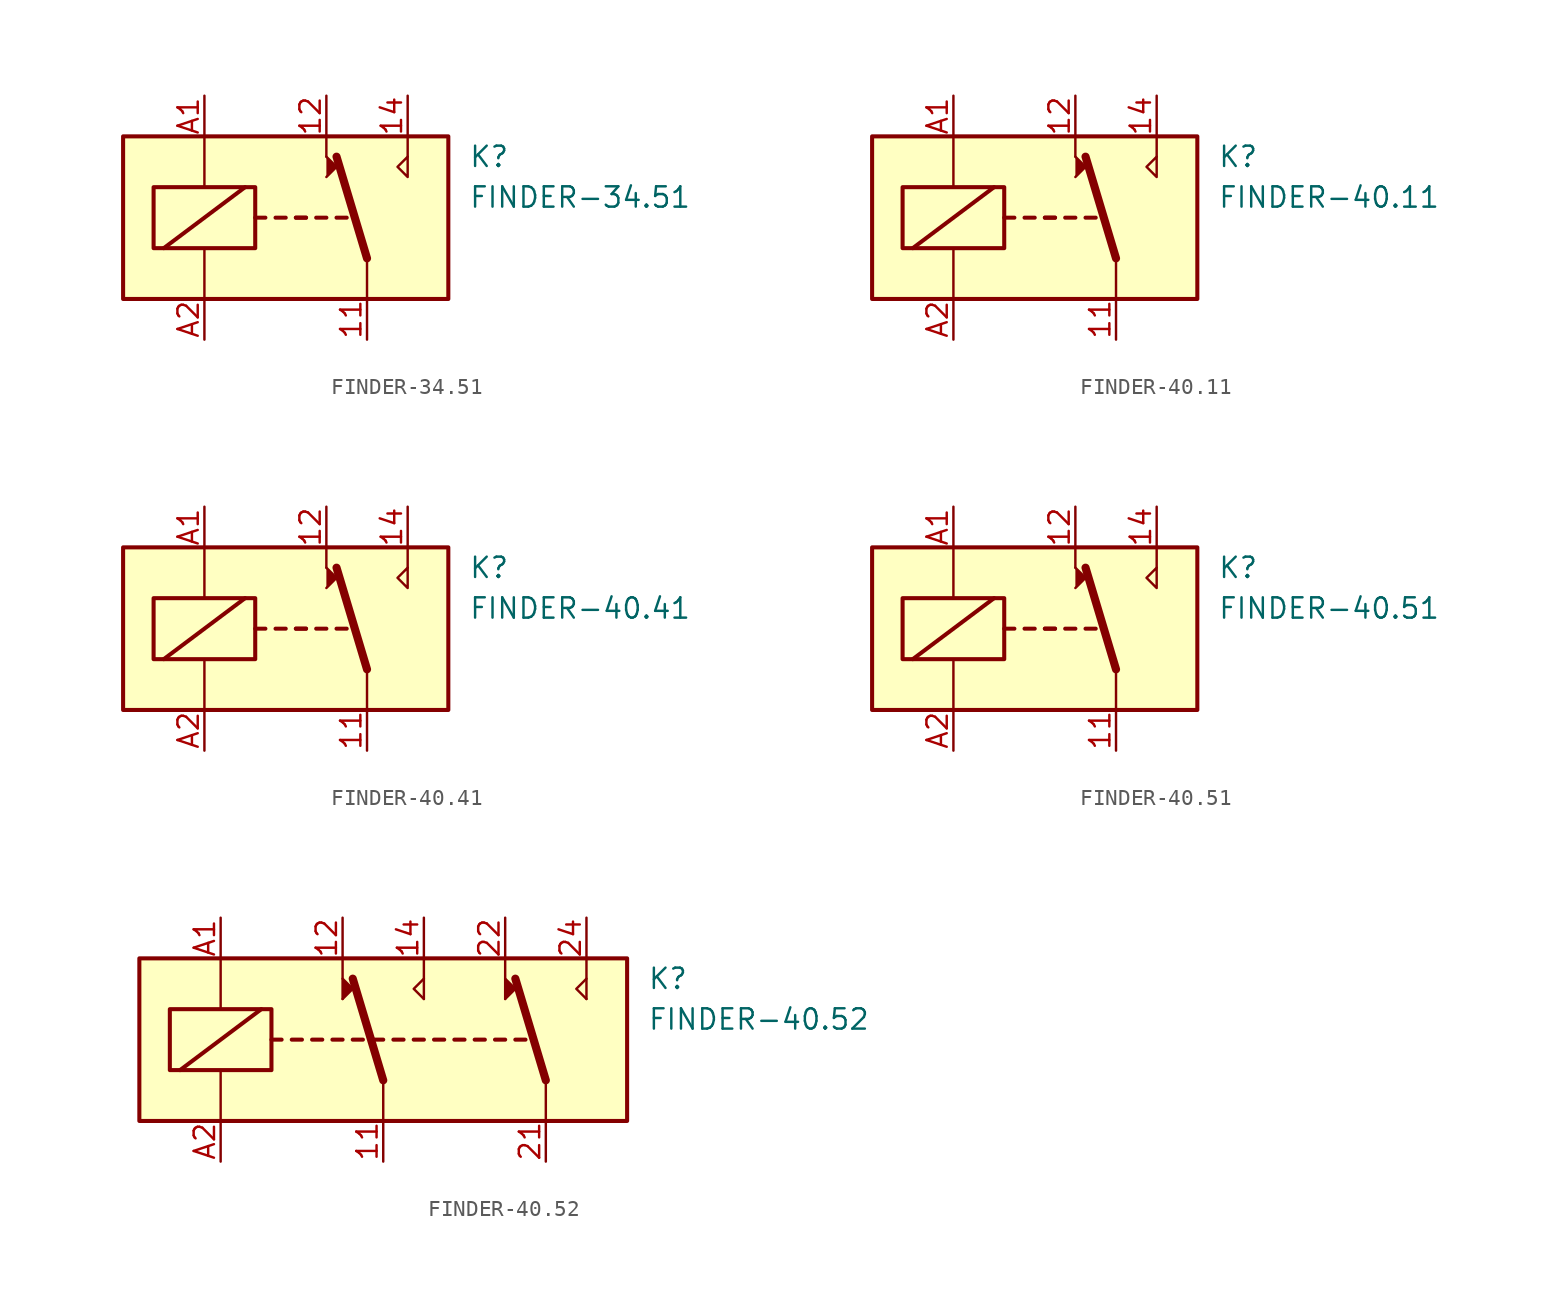
<source format=kicad_sym>
(kicad_symbol_lib
  (version 20201005)
  (generator kicad_symbol_editor)
  (symbol "FINDER-34.51"
    (pin_names
      (offset 1.016))
    (property "Reference" "K"
      (at 11.43 3.81 0)
      (effects (font (size 1.27 1.27)) (justify left)))
    (property "Value" "FINDER-34.51"
      (at 11.43 1.27 0)
      (effects (font (size 1.27 1.27)) (justify left)))
    (symbol "FINDER-34.51_0_0"
      (polyline (pts (xy 2.54 3.81) (xy 2.54 5.08)) (stroke (width 0)) (fill (type none)))
      (polyline (pts (xy 7.62 3.81) (xy 7.62 5.08)) (stroke (width 0)) (fill (type none)))
      (polyline (pts (xy 7.62 3.81) (xy 7.62 2.54) (xy 6.985 3.175) (xy 7.62 3.81)) (stroke (width 0)) (fill (type none))))
    (symbol "FINDER-34.51_0_1"
      (rectangle (start -10.16 5.08) (end 10.16 -5.08) (stroke (width 0.254)) (fill (type background)))
      (rectangle (start -8.255 1.905) (end -1.905 -1.905) (stroke (width 0.254)) (fill (type none)))
      (polyline (pts (xy -7.62 -1.905) (xy -2.54 1.905)) (stroke (width 0.254)) (fill (type none)))
      (polyline (pts (xy -5.08 -5.08) (xy -5.08 -1.905)) (stroke (width 0)) (fill (type none)))
      (polyline (pts (xy -5.08 5.08) (xy -5.08 1.905)) (stroke (width 0)) (fill (type none)))
      (polyline (pts (xy -1.905 0) (xy -1.27 0)) (stroke (width 0.254)) (fill (type none)))
      (polyline (pts (xy -0.635 0) (xy 0 0)) (stroke (width 0.254)) (fill (type none)))
      (polyline (pts (xy 0.635 0) (xy 1.27 0)) (stroke (width 0.254)) (fill (type none)))
      (polyline (pts (xy 0.635 0) (xy 1.27 0)) (stroke (width 0.254)) (fill (type none)))
      (polyline (pts (xy 1.905 0) (xy 2.54 0)) (stroke (width 0.254)) (fill (type none)))
      (polyline (pts (xy 3.175 0) (xy 3.81 0)) (stroke (width 0.254)) (fill (type none)))
      (polyline (pts (xy 5.08 -2.54) (xy 3.175 3.81)) (stroke (width 0.508)) (fill (type none)))
      (polyline (pts (xy 5.08 -2.54) (xy 5.08 -5.08)) (stroke (width 0)) (fill (type none)))
      (polyline (pts (xy 2.54 2.54) (xy 3.175 3.175) (xy 2.54 3.81)) (stroke (width 0)) (fill (type outline))))
    (symbol "FINDER-34.51_1_1"
      (pin passive line (at 5.08 -7.62 90) (length 2.54) (name "~" (effects (font (size 1.27 1.27)))) (number "11" (effects (font (size 1.27 1.27)))))
      (pin passive line (at 2.54 7.62 270) (length 2.54) (name "~" (effects (font (size 1.27 1.27)))) (number "12" (effects (font (size 1.27 1.27)))))
      (pin passive line (at 7.62 7.62 270) (length 2.54) (name "~" (effects (font (size 1.27 1.27)))) (number "14" (effects (font (size 1.27 1.27)))))
      (pin passive line (at -5.08 7.62 270) (length 2.54) (name "~" (effects (font (size 1.27 1.27)))) (number "A1" (effects (font (size 1.27 1.27)))))
      (pin passive line (at -5.08 -7.62 90) (length 2.54) (name "~" (effects (font (size 1.27 1.27)))) (number "A2" (effects (font (size 1.27 1.27)))))))
  (symbol "FINDER-40.11"
    (pin_names
      (offset 1.016))
    (property "Reference" "K"
      (at 11.43 3.81 0)
      (effects (font (size 1.27 1.27)) (justify left)))
    (property "Value" "FINDER-40.11"
      (at 11.43 1.27 0)
      (effects (font (size 1.27 1.27)) (justify left)))
    (symbol "FINDER-40.11_0_0"
      (polyline (pts (xy 2.54 3.81) (xy 2.54 5.08)) (stroke (width 0)) (fill (type none)))
      (polyline (pts (xy 7.62 3.81) (xy 7.62 5.08)) (stroke (width 0)) (fill (type none)))
      (polyline (pts (xy 7.62 3.81) (xy 7.62 2.54) (xy 6.985 3.175) (xy 7.62 3.81)) (stroke (width 0)) (fill (type none))))
    (symbol "FINDER-40.11_0_1"
      (rectangle (start -10.16 5.08) (end 10.16 -5.08) (stroke (width 0.254)) (fill (type background)))
      (rectangle (start -8.255 1.905) (end -1.905 -1.905) (stroke (width 0.254)) (fill (type none)))
      (polyline (pts (xy -7.62 -1.905) (xy -2.54 1.905)) (stroke (width 0.254)) (fill (type none)))
      (polyline (pts (xy -5.08 -5.08) (xy -5.08 -1.905)) (stroke (width 0)) (fill (type none)))
      (polyline (pts (xy -5.08 5.08) (xy -5.08 1.905)) (stroke (width 0)) (fill (type none)))
      (polyline (pts (xy -1.905 0) (xy -1.27 0)) (stroke (width 0.254)) (fill (type none)))
      (polyline (pts (xy -0.635 0) (xy 0 0)) (stroke (width 0.254)) (fill (type none)))
      (polyline (pts (xy 0.635 0) (xy 1.27 0)) (stroke (width 0.254)) (fill (type none)))
      (polyline (pts (xy 0.635 0) (xy 1.27 0)) (stroke (width 0.254)) (fill (type none)))
      (polyline (pts (xy 1.905 0) (xy 2.54 0)) (stroke (width 0.254)) (fill (type none)))
      (polyline (pts (xy 3.175 0) (xy 3.81 0)) (stroke (width 0.254)) (fill (type none)))
      (polyline (pts (xy 5.08 -2.54) (xy 3.175 3.81)) (stroke (width 0.508)) (fill (type none)))
      (polyline (pts (xy 5.08 -2.54) (xy 5.08 -5.08)) (stroke (width 0)) (fill (type none)))
      (polyline (pts (xy 2.54 2.54) (xy 3.175 3.175) (xy 2.54 3.81)) (stroke (width 0)) (fill (type outline))))
    (symbol "FINDER-40.11_1_1"
      (pin passive line (at 5.08 -7.62 90) (length 2.54) (name "~" (effects (font (size 1.27 1.27)))) (number "11" (effects (font (size 1.27 1.27)))))
      (pin passive line (at 2.54 7.62 270) (length 2.54) (name "~" (effects (font (size 1.27 1.27)))) (number "12" (effects (font (size 1.27 1.27)))))
      (pin passive line (at 7.62 7.62 270) (length 2.54) (name "~" (effects (font (size 1.27 1.27)))) (number "14" (effects (font (size 1.27 1.27)))))
      (pin passive line (at -5.08 7.62 270) (length 2.54) (name "~" (effects (font (size 1.27 1.27)))) (number "A1" (effects (font (size 1.27 1.27)))))
      (pin passive line (at -5.08 -7.62 90) (length 2.54) (name "~" (effects (font (size 1.27 1.27)))) (number "A2" (effects (font (size 1.27 1.27)))))))
  (symbol "FINDER-40.41"
    (pin_names
      (offset 1.016))
    (property "Reference" "K"
      (at 11.43 3.81 0)
      (effects (font (size 1.27 1.27)) (justify left)))
    (property "Value" "FINDER-40.41"
      (at 11.43 1.27 0)
      (effects (font (size 1.27 1.27)) (justify left)))
    (symbol "FINDER-40.41_0_0"
      (polyline (pts (xy 2.54 3.81) (xy 2.54 5.08)) (stroke (width 0)) (fill (type none)))
      (polyline (pts (xy 7.62 3.81) (xy 7.62 5.08)) (stroke (width 0)) (fill (type none)))
      (polyline (pts (xy 7.62 3.81) (xy 7.62 2.54) (xy 6.985 3.175) (xy 7.62 3.81)) (stroke (width 0)) (fill (type none))))
    (symbol "FINDER-40.41_0_1"
      (rectangle (start -10.16 5.08) (end 10.16 -5.08) (stroke (width 0.254)) (fill (type background)))
      (rectangle (start -8.255 1.905) (end -1.905 -1.905) (stroke (width 0.254)) (fill (type none)))
      (polyline (pts (xy -7.62 -1.905) (xy -2.54 1.905)) (stroke (width 0.254)) (fill (type none)))
      (polyline (pts (xy -5.08 -5.08) (xy -5.08 -1.905)) (stroke (width 0)) (fill (type none)))
      (polyline (pts (xy -5.08 5.08) (xy -5.08 1.905)) (stroke (width 0)) (fill (type none)))
      (polyline (pts (xy -1.905 0) (xy -1.27 0)) (stroke (width 0.254)) (fill (type none)))
      (polyline (pts (xy -0.635 0) (xy 0 0)) (stroke (width 0.254)) (fill (type none)))
      (polyline (pts (xy 0.635 0) (xy 1.27 0)) (stroke (width 0.254)) (fill (type none)))
      (polyline (pts (xy 0.635 0) (xy 1.27 0)) (stroke (width 0.254)) (fill (type none)))
      (polyline (pts (xy 1.905 0) (xy 2.54 0)) (stroke (width 0.254)) (fill (type none)))
      (polyline (pts (xy 3.175 0) (xy 3.81 0)) (stroke (width 0.254)) (fill (type none)))
      (polyline (pts (xy 5.08 -2.54) (xy 3.175 3.81)) (stroke (width 0.508)) (fill (type none)))
      (polyline (pts (xy 5.08 -2.54) (xy 5.08 -5.08)) (stroke (width 0)) (fill (type none)))
      (polyline (pts (xy 2.54 2.54) (xy 3.175 3.175) (xy 2.54 3.81)) (stroke (width 0)) (fill (type outline))))
    (symbol "FINDER-40.41_1_1"
      (pin passive line (at 5.08 -7.62 90) (length 2.54) (name "~" (effects (font (size 1.27 1.27)))) (number "11" (effects (font (size 1.27 1.27)))))
      (pin passive line (at 2.54 7.62 270) (length 2.54) (name "~" (effects (font (size 1.27 1.27)))) (number "12" (effects (font (size 1.27 1.27)))))
      (pin passive line (at 7.62 7.62 270) (length 2.54) (name "~" (effects (font (size 1.27 1.27)))) (number "14" (effects (font (size 1.27 1.27)))))
      (pin passive line (at -5.08 7.62 270) (length 2.54) (name "~" (effects (font (size 1.27 1.27)))) (number "A1" (effects (font (size 1.27 1.27)))))
      (pin passive line (at -5.08 -7.62 90) (length 2.54) (name "~" (effects (font (size 1.27 1.27)))) (number "A2" (effects (font (size 1.27 1.27)))))))
  (symbol "FINDER-40.51"
    (pin_names
      (offset 1.016))
    (property "Reference" "K"
      (at 11.43 3.81 0)
      (effects (font (size 1.27 1.27)) (justify left)))
    (property "Value" "FINDER-40.51"
      (at 11.43 1.27 0)
      (effects (font (size 1.27 1.27)) (justify left)))
    (symbol "FINDER-40.51_0_0"
      (polyline (pts (xy 2.54 3.81) (xy 2.54 5.08)) (stroke (width 0)) (fill (type none)))
      (polyline (pts (xy 7.62 3.81) (xy 7.62 5.08)) (stroke (width 0)) (fill (type none)))
      (polyline (pts (xy 7.62 3.81) (xy 7.62 2.54) (xy 6.985 3.175) (xy 7.62 3.81)) (stroke (width 0)) (fill (type none))))
    (symbol "FINDER-40.51_0_1"
      (rectangle (start -10.16 5.08) (end 10.16 -5.08) (stroke (width 0.254)) (fill (type background)))
      (rectangle (start -8.255 1.905) (end -1.905 -1.905) (stroke (width 0.254)) (fill (type none)))
      (polyline (pts (xy -7.62 -1.905) (xy -2.54 1.905)) (stroke (width 0.254)) (fill (type none)))
      (polyline (pts (xy -5.08 -5.08) (xy -5.08 -1.905)) (stroke (width 0)) (fill (type none)))
      (polyline (pts (xy -5.08 5.08) (xy -5.08 1.905)) (stroke (width 0)) (fill (type none)))
      (polyline (pts (xy -1.905 0) (xy -1.27 0)) (stroke (width 0.254)) (fill (type none)))
      (polyline (pts (xy -0.635 0) (xy 0 0)) (stroke (width 0.254)) (fill (type none)))
      (polyline (pts (xy 0.635 0) (xy 1.27 0)) (stroke (width 0.254)) (fill (type none)))
      (polyline (pts (xy 0.635 0) (xy 1.27 0)) (stroke (width 0.254)) (fill (type none)))
      (polyline (pts (xy 1.905 0) (xy 2.54 0)) (stroke (width 0.254)) (fill (type none)))
      (polyline (pts (xy 3.175 0) (xy 3.81 0)) (stroke (width 0.254)) (fill (type none)))
      (polyline (pts (xy 5.08 -2.54) (xy 3.175 3.81)) (stroke (width 0.508)) (fill (type none)))
      (polyline (pts (xy 5.08 -2.54) (xy 5.08 -5.08)) (stroke (width 0)) (fill (type none)))
      (polyline (pts (xy 2.54 2.54) (xy 3.175 3.175) (xy 2.54 3.81)) (stroke (width 0)) (fill (type outline))))
    (symbol "FINDER-40.51_1_1"
      (pin passive line (at 5.08 -7.62 90) (length 2.54) (name "~" (effects (font (size 1.27 1.27)))) (number "11" (effects (font (size 1.27 1.27)))))
      (pin passive line (at 2.54 7.62 270) (length 2.54) (name "~" (effects (font (size 1.27 1.27)))) (number "12" (effects (font (size 1.27 1.27)))))
      (pin passive line (at 7.62 7.62 270) (length 2.54) (name "~" (effects (font (size 1.27 1.27)))) (number "14" (effects (font (size 1.27 1.27)))))
      (pin passive line (at -5.08 7.62 270) (length 2.54) (name "~" (effects (font (size 1.27 1.27)))) (number "A1" (effects (font (size 1.27 1.27)))))
      (pin passive line (at -5.08 -7.62 90) (length 2.54) (name "~" (effects (font (size 1.27 1.27)))) (number "A2" (effects (font (size 1.27 1.27)))))))
  (symbol "FINDER-40.52"
    (pin_names
      (offset 1.016))
    (property "Reference" "K"
      (at 16.51 3.81 0)
      (effects (font (size 1.27 1.27)) (justify left)))
    (property "Value" "FINDER-40.52"
      (at 16.51 1.27 0)
      (effects (font (size 1.27 1.27)) (justify left)))
    (symbol "FINDER-40.52_0_1"
      (rectangle (start -15.24 5.08) (end 15.24 -5.08) (stroke (width 0.254)) (fill (type background)))
      (rectangle (start -13.335 1.905) (end -6.985 -1.905) (stroke (width 0.254)) (fill (type none)))
      (polyline (pts (xy -12.7 -1.905) (xy -7.62 1.905)) (stroke (width 0.254)) (fill (type none)))
      (polyline (pts (xy -10.16 -5.08) (xy -10.16 -1.905)) (stroke (width 0)) (fill (type none)))
      (polyline (pts (xy -10.16 5.08) (xy -10.16 1.905)) (stroke (width 0)) (fill (type none)))
      (polyline (pts (xy -6.985 0) (xy -6.35 0)) (stroke (width 0.254)) (fill (type none)))
      (polyline (pts (xy -5.715 0) (xy -5.08 0)) (stroke (width 0.254)) (fill (type none)))
      (polyline (pts (xy -4.445 0) (xy -3.81 0)) (stroke (width 0.254)) (fill (type none)))
      (polyline (pts (xy -3.175 0) (xy -2.54 0)) (stroke (width 0.254)) (fill (type none)))
      (polyline (pts (xy -2.54 2.54) (xy -2.54 5.08)) (stroke (width 0)) (fill (type none)))
      (polyline (pts (xy -1.905 0) (xy -1.27 0)) (stroke (width 0.254)) (fill (type none)))
      (polyline (pts (xy -0.635 0) (xy 0 0)) (stroke (width 0.254)) (fill (type none)))
      (polyline (pts (xy 0 -2.54) (xy -1.905 3.81)) (stroke (width 0.508)) (fill (type none)))
      (polyline (pts (xy 0 -2.54) (xy 0 -5.08)) (stroke (width 0)) (fill (type none)))
      (polyline (pts (xy 0.635 0) (xy 1.27 0)) (stroke (width 0.254)) (fill (type none)))
      (polyline (pts (xy 1.905 0) (xy 2.54 0)) (stroke (width 0.254)) (fill (type none)))
      (polyline (pts (xy 2.54 2.54) (xy 2.54 5.08)) (stroke (width 0)) (fill (type none)))
      (polyline (pts (xy 3.175 0) (xy 3.81 0)) (stroke (width 0.254)) (fill (type none)))
      (polyline (pts (xy 4.445 0) (xy 5.08 0)) (stroke (width 0.254)) (fill (type none)))
      (polyline (pts (xy 5.715 0) (xy 6.35 0)) (stroke (width 0.254)) (fill (type none)))
      (polyline (pts (xy 6.985 0) (xy 7.62 0)) (stroke (width 0.254)) (fill (type none)))
      (polyline (pts (xy 7.62 2.54) (xy 7.62 5.08)) (stroke (width 0)) (fill (type none)))
      (polyline (pts (xy 8.255 0) (xy 8.89 0)) (stroke (width 0.254)) (fill (type none)))
      (polyline (pts (xy 10.16 -2.54) (xy 8.255 3.81)) (stroke (width 0.508)) (fill (type none)))
      (polyline (pts (xy 10.16 -2.54) (xy 10.16 -5.08)) (stroke (width 0)) (fill (type none)))
      (polyline (pts (xy 12.7 2.54) (xy 12.7 5.08)) (stroke (width 0)) (fill (type none)))
      (polyline (pts (xy -2.54 2.54) (xy -1.905 3.175) (xy -2.54 3.81)) (stroke (width 0)) (fill (type outline)))
      (polyline (pts (xy 2.54 2.54) (xy 1.905 3.175) (xy 2.54 3.81)) (stroke (width 0)) (fill (type none)))
      (polyline (pts (xy 7.62 2.54) (xy 8.255 3.175) (xy 7.62 3.81)) (stroke (width 0)) (fill (type outline)))
      (polyline (pts (xy 12.7 2.54) (xy 12.065 3.175) (xy 12.7 3.81)) (stroke (width 0)) (fill (type none))))
    (symbol "FINDER-40.52_1_1"
      (pin passive line (at 0 -7.62 90) (length 2.54) (name "~" (effects (font (size 1.27 1.27)))) (number "11" (effects (font (size 1.27 1.27)))))
      (pin passive line (at -2.54 7.62 270) (length 2.54) (name "~" (effects (font (size 1.27 1.27)))) (number "12" (effects (font (size 1.27 1.27)))))
      (pin passive line (at 2.54 7.62 270) (length 2.54) (name "~" (effects (font (size 1.27 1.27)))) (number "14" (effects (font (size 1.27 1.27)))))
      (pin passive line (at 10.16 -7.62 90) (length 2.54) (name "~" (effects (font (size 1.27 1.27)))) (number "21" (effects (font (size 1.27 1.27)))))
      (pin passive line (at 7.62 7.62 270) (length 2.54) (name "~" (effects (font (size 1.27 1.27)))) (number "22" (effects (font (size 1.27 1.27)))))
      (pin passive line (at 12.7 7.62 270) (length 2.54) (name "~" (effects (font (size 1.27 1.27)))) (number "24" (effects (font (size 1.27 1.27)))))
      (pin passive line (at -10.16 7.62 270) (length 2.54) (name "~" (effects (font (size 1.27 1.27)))) (number "A1" (effects (font (size 1.27 1.27)))))
      (pin passive line (at -10.16 -7.62 90) (length 2.54) (name "~" (effects (font (size 1.27 1.27)))) (number "A2" (effects (font (size 1.27 1.27))))))))
</source>
